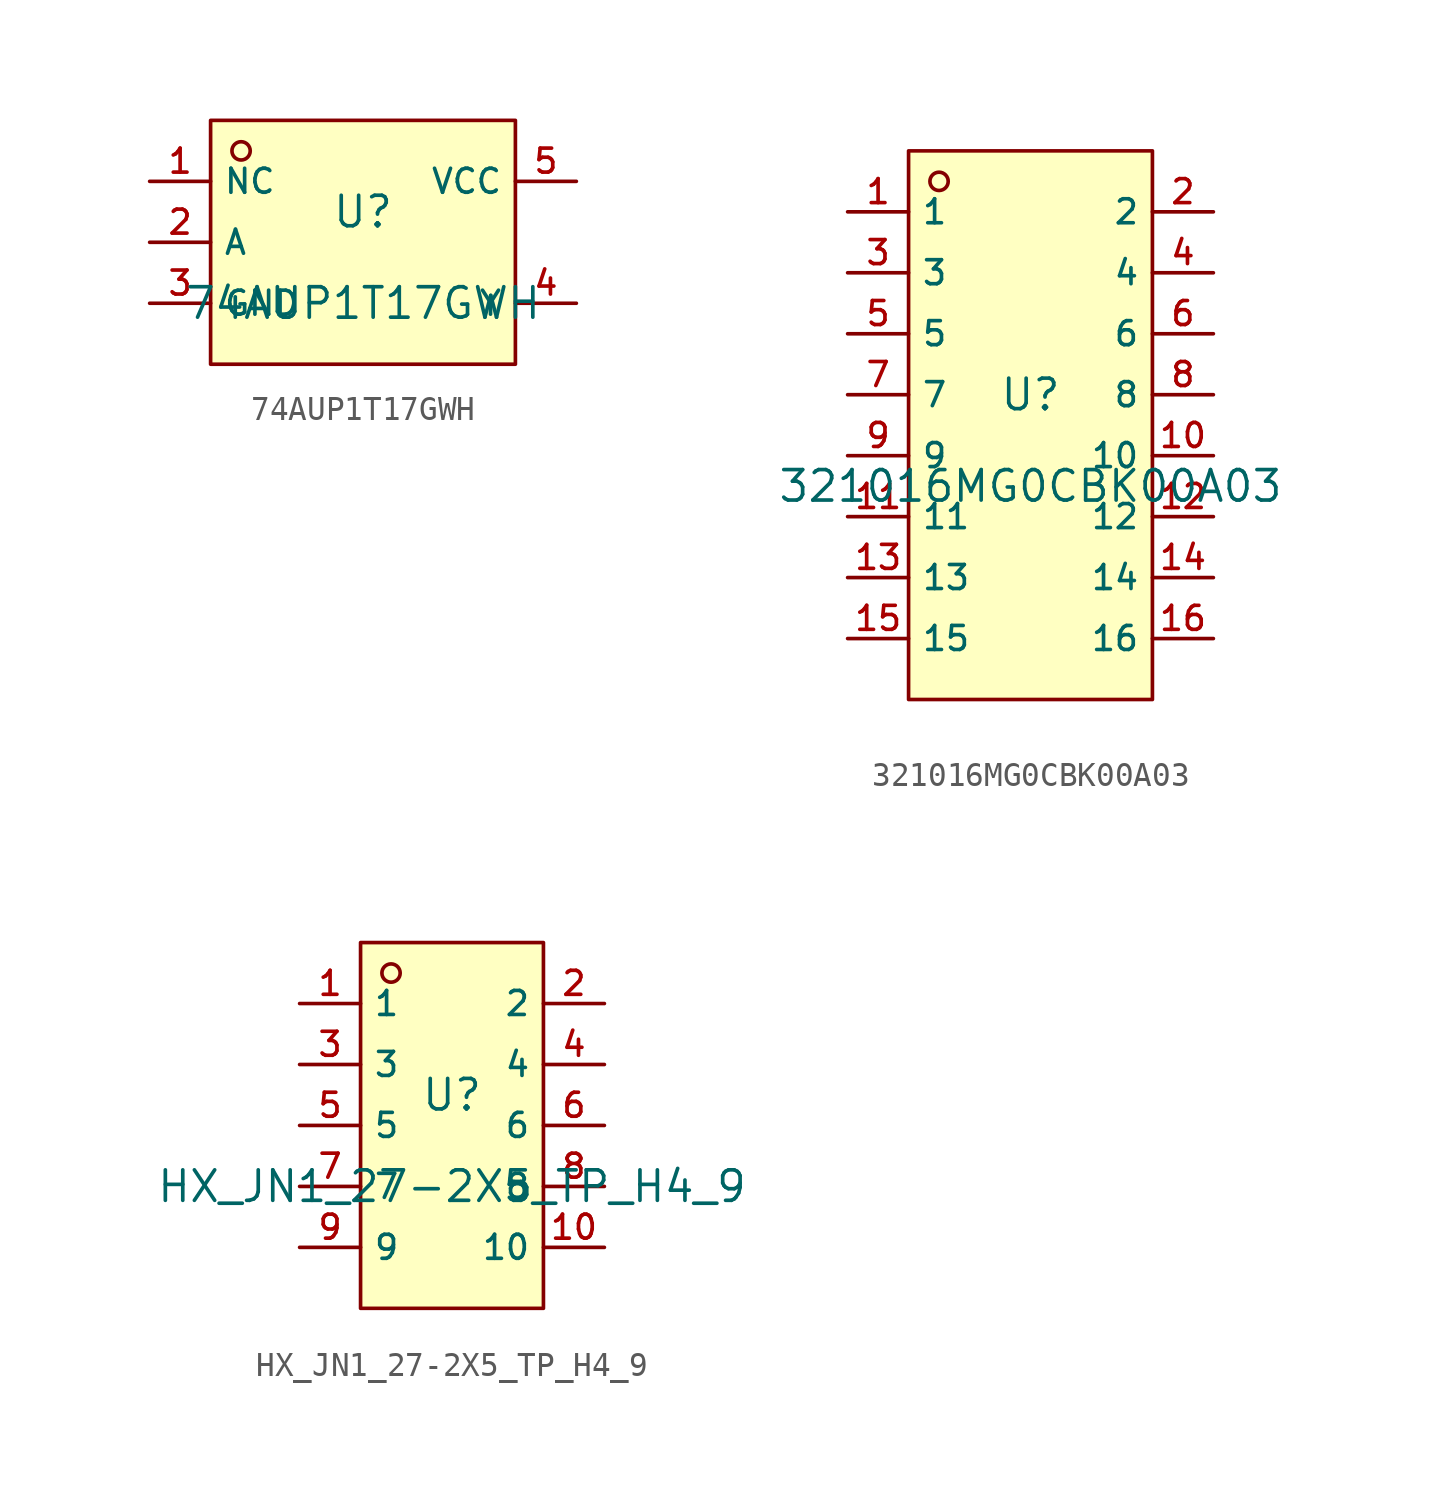
<source format=kicad_sym>
(kicad_symbol_lib
  (version 20231120)
  (generator "kicad_symbol_editor")
  (generator_version "8.0")
  (symbol "74AUP1T17GWH"
    (property "Reference" "U"
      (at 0 1.27 0)
      (effects (font (size 1.27 1.27))))
    (property "Value" "74AUP1T17GWH"
      (at 0 -2.54 0)
      (effects (font (size 1.27 1.27))))
    (symbol "74AUP1T17GWH_0_1"
      (rectangle (start -6.35 5.08) (end 6.35 -5.08) (stroke (width 0) (type default)) (fill (type background)))
      (circle (center -5.08 3.81) (radius 0.381) (stroke (width 0) (type default)) (fill (type background)))
      (pin unspecified line (at -8.89 2.54 0) (length 2.54) (name "NC" (effects (font (size 1 1)))) (number "1" (effects (font (size 1 1)))))
      (pin unspecified line (at -8.89 0 0) (length 2.54) (name "A" (effects (font (size 1 1)))) (number "2" (effects (font (size 1 1)))))
      (pin unspecified line (at -8.89 -2.54 0) (length 2.54) (name "GND" (effects (font (size 1 1)))) (number "3" (effects (font (size 1 1)))))
      (pin unspecified line (at 8.89 -2.54 180) (length 2.54) (name "Y" (effects (font (size 1 1)))) (number "4" (effects (font (size 1 1)))))
      (pin unspecified line (at 8.89 2.54 180) (length 2.54) (name "VCC" (effects (font (size 1 1)))) (number "5" (effects (font (size 1 1)))))))
  (symbol "321016MG0CBK00A03"
    (property "Reference" "U"
      (at 0 1.27 0)
      (effects (font (size 1.27 1.27))))
    (property "Value" "321016MG0CBK00A03"
      (at 0 -2.54 0)
      (effects (font (size 1.27 1.27))))
    (symbol "321016MG0CBK00A03_0_1"
      (rectangle (start -5.08 11.43) (end 5.08 -11.43) (stroke (width 0) (type default)) (fill (type background)))
      (circle (center -3.81 10.16) (radius 0.381) (stroke (width 0) (type default)) (fill (type background)))
      (pin unspecified line (at -7.62 8.89 0) (length 2.54) (name "1" (effects (font (size 1 1)))) (number "1" (effects (font (size 1 1)))))
      (pin unspecified line (at 7.62 -1.27 180) (length 2.54) (name "10" (effects (font (size 1 1)))) (number "10" (effects (font (size 1 1)))))
      (pin unspecified line (at -7.62 -3.81 0) (length 2.54) (name "11" (effects (font (size 1 1)))) (number "11" (effects (font (size 1 1)))))
      (pin unspecified line (at 7.62 -3.81 180) (length 2.54) (name "12" (effects (font (size 1 1)))) (number "12" (effects (font (size 1 1)))))
      (pin unspecified line (at -7.62 -6.35 0) (length 2.54) (name "13" (effects (font (size 1 1)))) (number "13" (effects (font (size 1 1)))))
      (pin unspecified line (at 7.62 -6.35 180) (length 2.54) (name "14" (effects (font (size 1 1)))) (number "14" (effects (font (size 1 1)))))
      (pin unspecified line (at -7.62 -8.89 0) (length 2.54) (name "15" (effects (font (size 1 1)))) (number "15" (effects (font (size 1 1)))))
      (pin unspecified line (at 7.62 -8.89 180) (length 2.54) (name "16" (effects (font (size 1 1)))) (number "16" (effects (font (size 1 1)))))
      (pin unspecified line (at 7.62 8.89 180) (length 2.54) (name "2" (effects (font (size 1 1)))) (number "2" (effects (font (size 1 1)))))
      (pin unspecified line (at -7.62 6.35 0) (length 2.54) (name "3" (effects (font (size 1 1)))) (number "3" (effects (font (size 1 1)))))
      (pin unspecified line (at 7.62 6.35 180) (length 2.54) (name "4" (effects (font (size 1 1)))) (number "4" (effects (font (size 1 1)))))
      (pin unspecified line (at -7.62 3.81 0) (length 2.54) (name "5" (effects (font (size 1 1)))) (number "5" (effects (font (size 1 1)))))
      (pin unspecified line (at 7.62 3.81 180) (length 2.54) (name "6" (effects (font (size 1 1)))) (number "6" (effects (font (size 1 1)))))
      (pin unspecified line (at -7.62 1.27 0) (length 2.54) (name "7" (effects (font (size 1 1)))) (number "7" (effects (font (size 1 1)))))
      (pin unspecified line (at 7.62 1.27 180) (length 2.54) (name "8" (effects (font (size 1 1)))) (number "8" (effects (font (size 1 1)))))
      (pin unspecified line (at -7.62 -1.27 0) (length 2.54) (name "9" (effects (font (size 1 1)))) (number "9" (effects (font (size 1 1)))))))
  (symbol "HX_JN1_27-2X5_TP_H4_9"
    (property "Reference" "U"
      (at 0 1.27 0)
      (effects (font (size 1.27 1.27))))
    (property "Value" "HX_JN1_27-2X5_TP_H4_9"
      (at 0 -2.54 0)
      (effects (font (size 1.27 1.27))))
    (symbol "HX_JN1_27-2X5_TP_H4_9_0_1"
      (rectangle (start -3.81 7.62) (end 3.81 -7.62) (stroke (width 0) (type default)) (fill (type background)))
      (circle (center -2.54 6.35) (radius 0.381) (stroke (width 0) (type default)) (fill (type background)))
      (pin unspecified line (at -6.35 5.08 0) (length 2.54) (name "1" (effects (font (size 1 1)))) (number "1" (effects (font (size 1 1)))))
      (pin unspecified line (at 6.35 -5.08 180) (length 2.54) (name "10" (effects (font (size 1 1)))) (number "10" (effects (font (size 1 1)))))
      (pin unspecified line (at 6.35 5.08 180) (length 2.54) (name "2" (effects (font (size 1 1)))) (number "2" (effects (font (size 1 1)))))
      (pin unspecified line (at -6.35 2.54 0) (length 2.54) (name "3" (effects (font (size 1 1)))) (number "3" (effects (font (size 1 1)))))
      (pin unspecified line (at 6.35 2.54 180) (length 2.54) (name "4" (effects (font (size 1 1)))) (number "4" (effects (font (size 1 1)))))
      (pin unspecified line (at -6.35 0 0) (length 2.54) (name "5" (effects (font (size 1 1)))) (number "5" (effects (font (size 1 1)))))
      (pin unspecified line (at 6.35 0 180) (length 2.54) (name "6" (effects (font (size 1 1)))) (number "6" (effects (font (size 1 1)))))
      (pin unspecified line (at -6.35 -2.54 0) (length 2.54) (name "7" (effects (font (size 1 1)))) (number "7" (effects (font (size 1 1)))))
      (pin unspecified line (at 6.35 -2.54 180) (length 2.54) (name "8" (effects (font (size 1 1)))) (number "8" (effects (font (size 1 1)))))
      (pin unspecified line (at -6.35 -5.08 0) (length 2.54) (name "9" (effects (font (size 1 1)))) (number "9" (effects (font (size 1 1))))))))
</source>
